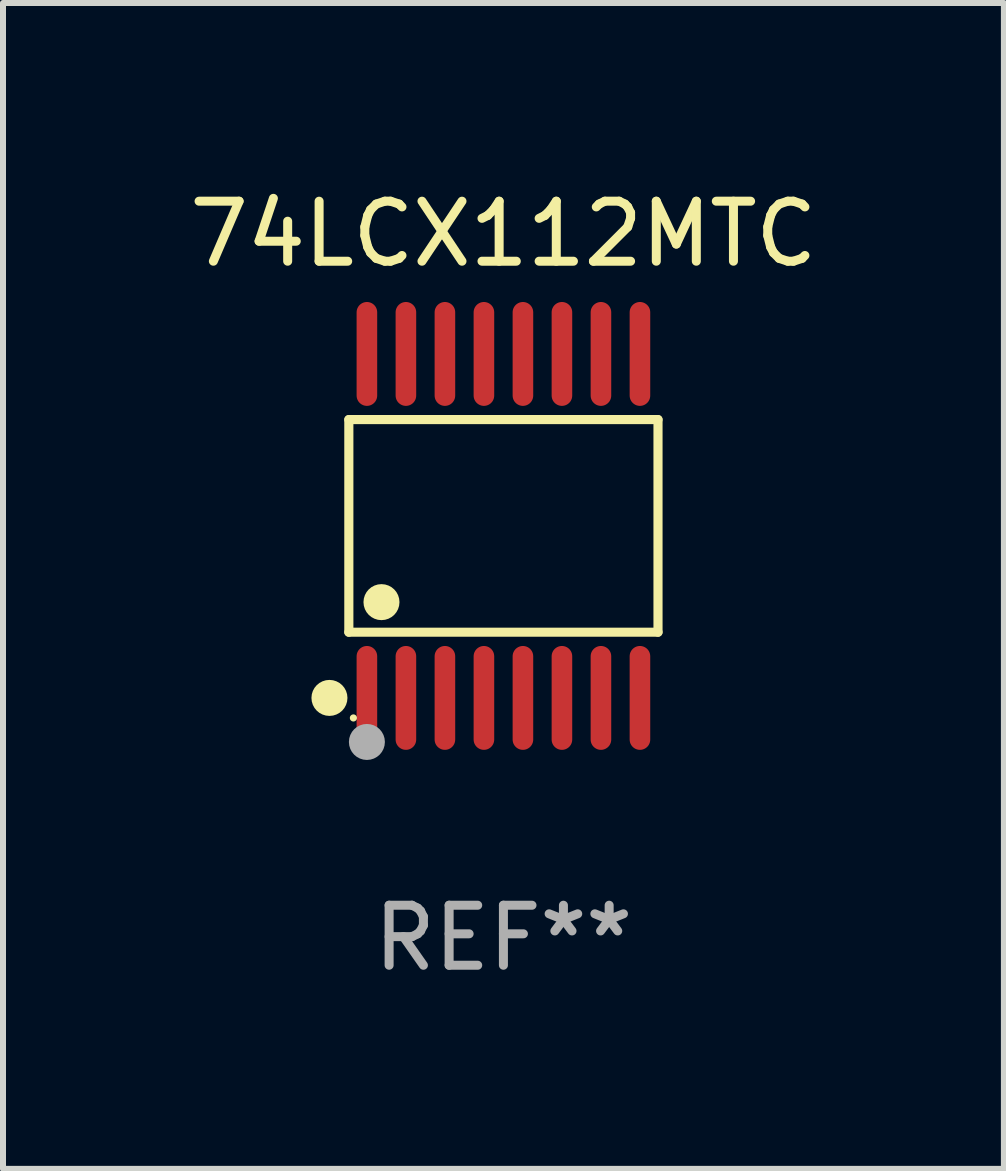
<source format=kicad_pcb>
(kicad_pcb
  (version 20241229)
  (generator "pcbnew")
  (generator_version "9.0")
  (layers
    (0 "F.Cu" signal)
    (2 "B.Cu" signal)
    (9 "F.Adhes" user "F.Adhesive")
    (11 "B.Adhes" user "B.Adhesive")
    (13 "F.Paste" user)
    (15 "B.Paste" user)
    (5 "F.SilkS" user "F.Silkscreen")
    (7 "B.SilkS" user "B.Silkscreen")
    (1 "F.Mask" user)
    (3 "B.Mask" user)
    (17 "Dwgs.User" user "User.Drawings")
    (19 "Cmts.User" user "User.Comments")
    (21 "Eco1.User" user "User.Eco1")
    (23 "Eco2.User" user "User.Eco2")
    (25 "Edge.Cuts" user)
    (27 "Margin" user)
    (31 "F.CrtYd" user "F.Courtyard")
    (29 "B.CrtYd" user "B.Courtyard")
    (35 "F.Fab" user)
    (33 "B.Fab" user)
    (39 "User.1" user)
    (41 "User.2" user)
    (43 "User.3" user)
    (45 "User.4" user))
  (footprint "74LCX112MTC"
    (layer "F.Cu")
    (at 5.339 5.714)
    (property "Reference" "74LCX112MTC" (at 0 -4.866 0) (layer "F.SilkS") (effects (font (size 1 1) (thickness 0.15))))
    (attr through_hole)
    (fp_line (start -2.576 -1.772) (end 2.576 -1.772) (stroke (width 0.152) (type solid)) (layer "F.SilkS"))
    (fp_line (start -2.576 1.771) (end -2.576 -1.772) (stroke (width 0.152) (type solid)) (layer "F.SilkS"))
    (fp_line (start 2.576 -1.772) (end 2.576 1.771) (stroke (width 0.152) (type solid)) (layer "F.SilkS"))
    (fp_line (start 2.576 1.771) (end -2.576 1.771) (stroke (width 0.152) (type solid)) (layer "F.SilkS"))
    (fp_circle (center -2.899 2.866) (end -2.749 2.866) (stroke (width 0.3) (type solid)) (fill no) (layer "F.SilkS"))
    (fp_circle (center -2.5 3.2) (end -2.47 3.2) (stroke (width 0.06) (type solid)) (fill no) (layer "F.SilkS"))
    (fp_circle (center -2.032 1.27) (end -1.882 1.27) (stroke (width 0.3) (type solid)) (fill no) (layer "F.SilkS"))
    (fp_circle (center -2.275 3.6) (end -2.125 3.6) (stroke (width 0.3) (type solid)) (fill no) (layer "F.Fab"))
    (fp_text user "REF**" (at 0 6.866 0) (layer "F.Fab") (effects (font (size 1 1) (thickness 0.15))))
    (pad "1" smd oval (at -2.275 2.866) (size 0.343 1.731) (layers "F.Cu" "F.Mask" "F.Paste"))
    (pad "2" smd oval (at -1.625 2.866) (size 0.343 1.731) (layers "F.Cu" "F.Mask" "F.Paste"))
    (pad "3" smd oval (at -0.975 2.866) (size 0.343 1.731) (layers "F.Cu" "F.Mask" "F.Paste"))
    (pad "4" smd oval (at -0.325 2.866) (size 0.343 1.731) (layers "F.Cu" "F.Mask" "F.Paste"))
    (pad "5" smd oval (at 0.325 2.866) (size 0.343 1.731) (layers "F.Cu" "F.Mask" "F.Paste"))
    (pad "6" smd oval (at 0.975 2.866) (size 0.343 1.731) (layers "F.Cu" "F.Mask" "F.Paste"))
    (pad "7" smd oval (at 1.625 2.866) (size 0.343 1.731) (layers "F.Cu" "F.Mask" "F.Paste"))
    (pad "8" smd oval (at 2.275 2.866) (size 0.343 1.731) (layers "F.Cu" "F.Mask" "F.Paste"))
    (pad "9" smd oval (at 2.275 -2.866) (size 0.343 1.731) (layers "F.Cu" "F.Mask" "F.Paste"))
    (pad "10" smd oval (at 1.625 -2.866) (size 0.343 1.731) (layers "F.Cu" "F.Mask" "F.Paste"))
    (pad "11" smd oval (at 0.975 -2.866) (size 0.343 1.731) (layers "F.Cu" "F.Mask" "F.Paste"))
    (pad "12" smd oval (at 0.325 -2.866) (size 0.343 1.731) (layers "F.Cu" "F.Mask" "F.Paste"))
    (pad "13" smd oval (at -0.325 -2.866) (size 0.343 1.731) (layers "F.Cu" "F.Mask" "F.Paste"))
    (pad "14" smd oval (at -0.975 -2.866) (size 0.343 1.731) (layers "F.Cu" "F.Mask" "F.Paste"))
    (pad "15" smd oval (at -1.625 -2.866) (size 0.343 1.731) (layers "F.Cu" "F.Mask" "F.Paste"))
    (pad "16" smd oval (at -2.275 -2.866) (size 0.343 1.731) (layers "F.Cu" "F.Mask" "F.Paste")))
  (gr_rect
    (start -3 -3)
    (end 13.679 16.428)
    (stroke (width 0.1) (type default))
    (fill no)
    (layer "Edge.Cuts")))
</source>
